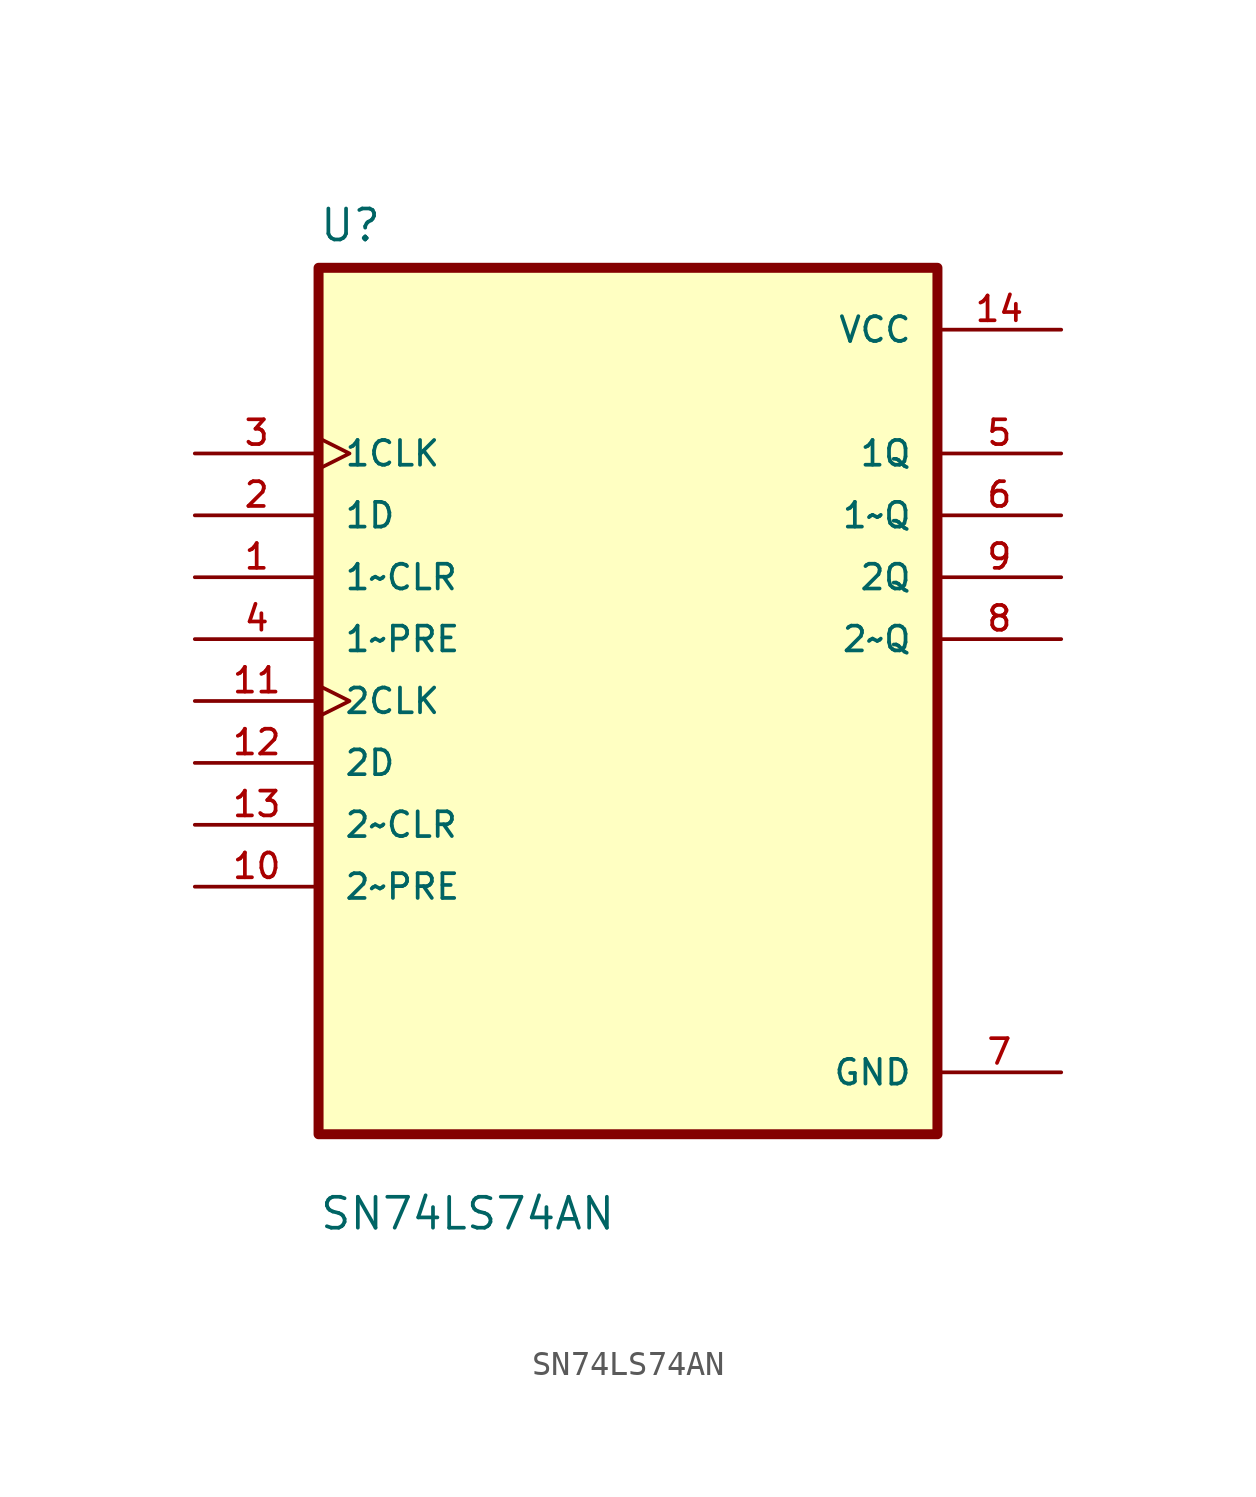
<source format=kicad_sym>
(kicad_symbol_lib
  (version 20211014)
  (generator kicad_symbol_editor)
  (symbol "SN74LS74AN"
    (pin_names
      (offset 1.016))
    (property "Reference" "U"
      (at -12.7 18.78 0.0)
      (effects (font (size 1.27 1.27)) (justify bottom left)))
    (property "Value" "SN74LS74AN"
      (at -12.7 -21.78 0.0)
      (effects (font (size 1.27 1.27)) (justify bottom left)))
    (symbol "SN74LS74AN_0_0"
      (rectangle (start -12.7 -17.78) (end 12.7 17.78) (stroke (width 0.41)) (fill (type background)))
      (pin input clock (at -17.78 10.16 0) (length 5.08) (name "1CLK" (effects (font (size 1.016 1.016)))) (number "3" (effects (font (size 1.016 1.016)))))
      (pin input line (at -17.78 7.62 0) (length 5.08) (name "1D" (effects (font (size 1.016 1.016)))) (number "2" (effects (font (size 1.016 1.016)))))
      (pin input line (at -17.78 5.08 0) (length 5.08) (name "1~CLR" (effects (font (size 1.016 1.016)))) (number "1" (effects (font (size 1.016 1.016)))))
      (pin input line (at -17.78 2.54 0) (length 5.08) (name "1~PRE" (effects (font (size 1.016 1.016)))) (number "4" (effects (font (size 1.016 1.016)))))
      (pin input clock (at -17.78 0.0 0) (length 5.08) (name "2CLK" (effects (font (size 1.016 1.016)))) (number "11" (effects (font (size 1.016 1.016)))))
      (pin input line (at -17.78 -2.54 0) (length 5.08) (name "2D" (effects (font (size 1.016 1.016)))) (number "12" (effects (font (size 1.016 1.016)))))
      (pin input line (at -17.78 -5.08 0) (length 5.08) (name "2~CLR" (effects (font (size 1.016 1.016)))) (number "13" (effects (font (size 1.016 1.016)))))
      (pin input line (at -17.78 -7.62 0) (length 5.08) (name "2~PRE" (effects (font (size 1.016 1.016)))) (number "10" (effects (font (size 1.016 1.016)))))
      (pin power_in line (at 17.78 15.24 180.0) (length 5.08) (name "VCC" (effects (font (size 1.016 1.016)))) (number "14" (effects (font (size 1.016 1.016)))))
      (pin output line (at 17.78 10.16 180.0) (length 5.08) (name "1Q" (effects (font (size 1.016 1.016)))) (number "5" (effects (font (size 1.016 1.016)))))
      (pin output line (at 17.78 7.62 180.0) (length 5.08) (name "1~Q" (effects (font (size 1.016 1.016)))) (number "6" (effects (font (size 1.016 1.016)))))
      (pin output line (at 17.78 5.08 180.0) (length 5.08) (name "2Q" (effects (font (size 1.016 1.016)))) (number "9" (effects (font (size 1.016 1.016)))))
      (pin output line (at 17.78 2.54 180.0) (length 5.08) (name "2~Q" (effects (font (size 1.016 1.016)))) (number "8" (effects (font (size 1.016 1.016)))))
      (pin power_in line (at 17.78 -15.24 180.0) (length 5.08) (name "GND" (effects (font (size 1.016 1.016)))) (number "7" (effects (font (size 1.016 1.016))))))))
</source>
